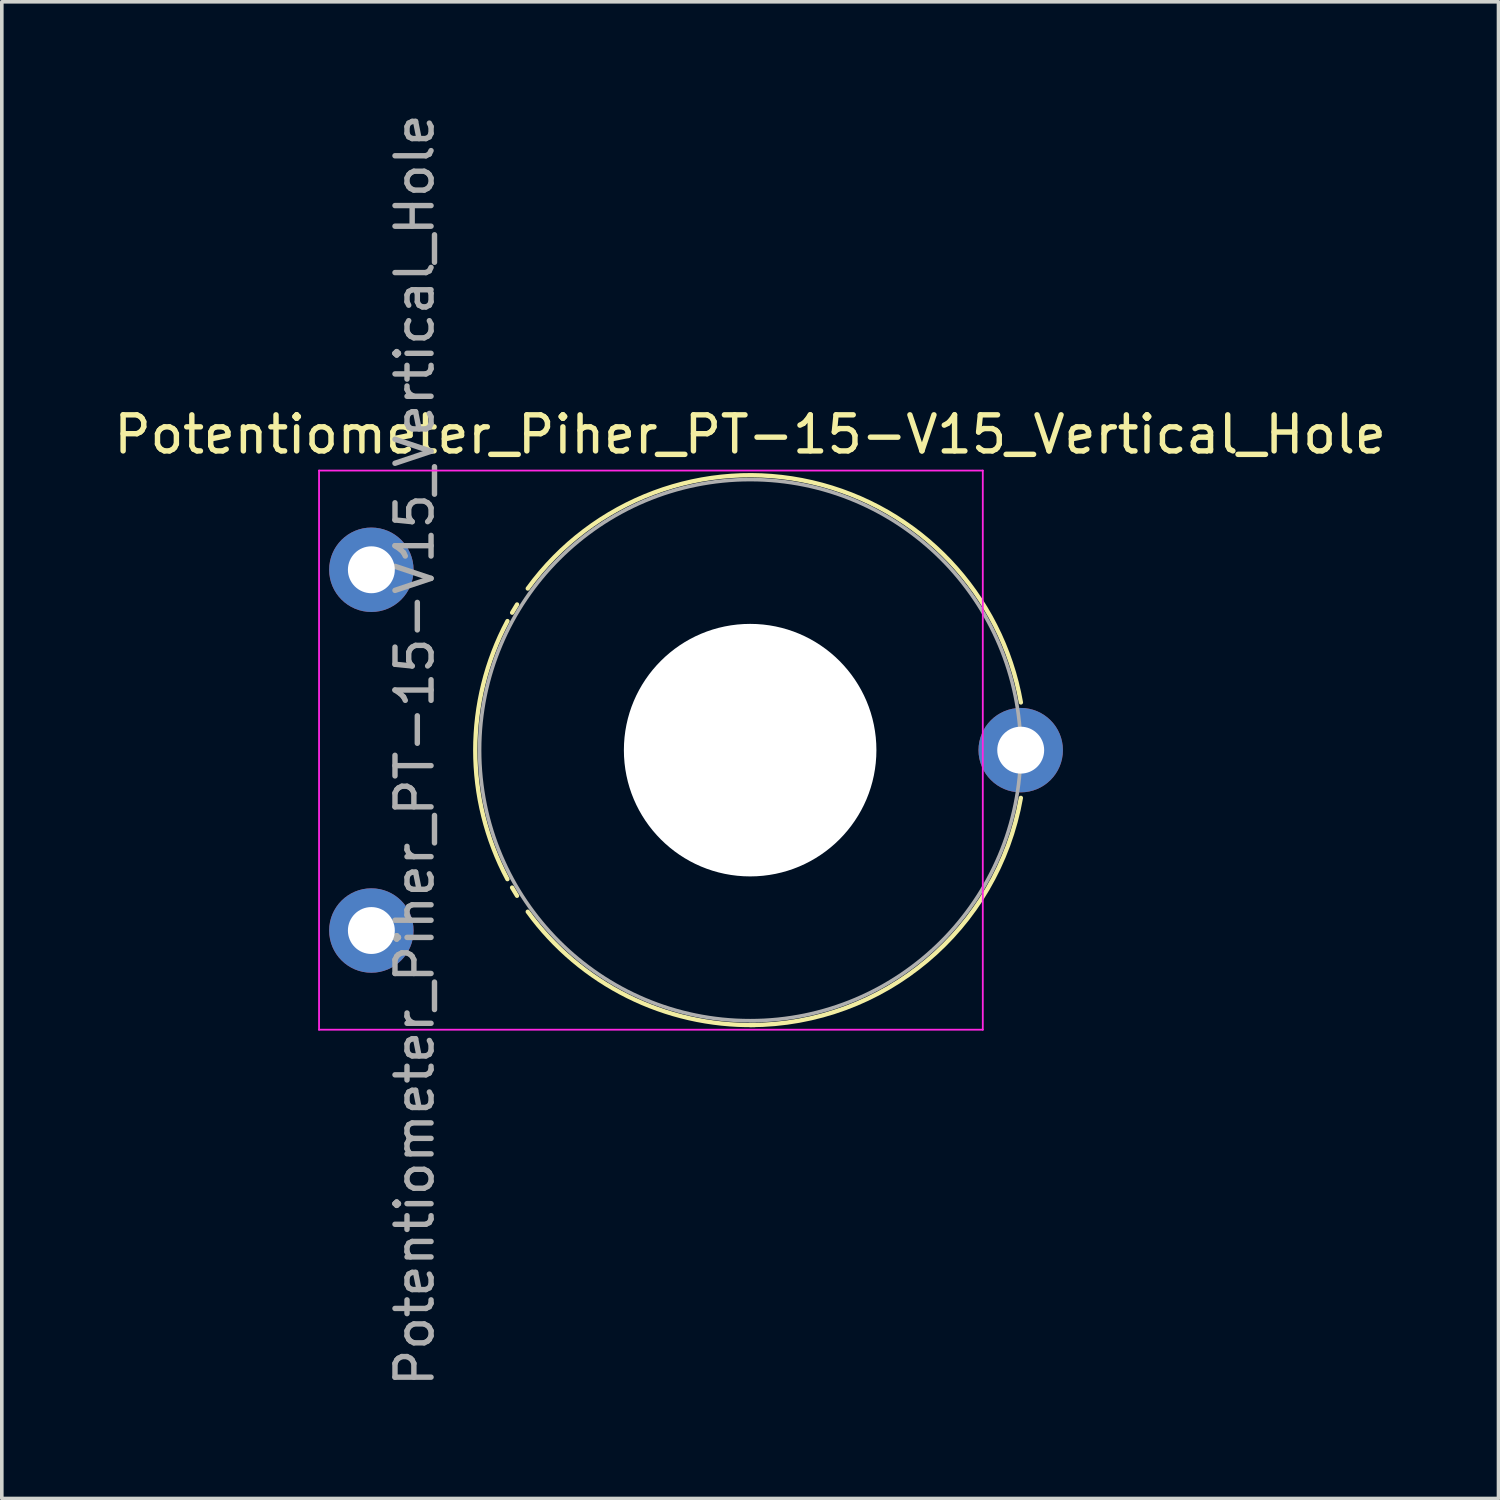
<source format=kicad_pcb>
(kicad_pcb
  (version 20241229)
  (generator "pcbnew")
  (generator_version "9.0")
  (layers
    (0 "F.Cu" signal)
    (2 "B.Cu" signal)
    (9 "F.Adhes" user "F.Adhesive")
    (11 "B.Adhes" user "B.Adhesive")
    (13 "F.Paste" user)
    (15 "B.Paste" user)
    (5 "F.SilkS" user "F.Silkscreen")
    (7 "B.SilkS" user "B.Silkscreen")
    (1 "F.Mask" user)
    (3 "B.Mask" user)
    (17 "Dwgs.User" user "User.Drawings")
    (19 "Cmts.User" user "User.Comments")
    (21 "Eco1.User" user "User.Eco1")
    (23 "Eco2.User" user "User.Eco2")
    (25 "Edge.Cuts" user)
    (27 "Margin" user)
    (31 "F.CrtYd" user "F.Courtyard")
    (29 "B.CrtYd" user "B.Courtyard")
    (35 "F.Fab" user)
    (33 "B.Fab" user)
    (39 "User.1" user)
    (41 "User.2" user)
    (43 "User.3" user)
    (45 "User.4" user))
  (footprint "Potentiometer_Piher_PT-15-V15_Vertical_Hole"
    (layer "F.Cu")
    (at 7.244 22.744)
    (property "Reference" "Potentiometer_Piher_PT-15-V15_Vertical_Hole" (at 10.5 -13.75 0) (layer "F.SilkS") (effects (font (size 1 1) (thickness 0.15))))
    (attr through_hole)
    (fp_arc (start 3.772013 -1.423856) (mid 2.880642 -5.001051) (end 3.773 -8.578) (stroke (width 0.12) (type solid)) (layer "F.SilkS"))
    (fp_arc (start 3.902012 -8.810055) (mid 3.969511 -8.924626) (end 4.039 -9.038) (stroke (width 0.12) (type solid)) (layer "F.SilkS"))
    (fp_arc (start 4.037952 -0.963019) (mid 3.968481 -1.076412) (end 3.901 -1.191) (stroke (width 0.12) (type solid)) (layer "F.SilkS"))
    (fp_arc (start 4.335622 -9.480307) (mid 12.21553 -12.424935) (end 18.005 -6.322) (stroke (width 0.12) (type solid)) (layer "F.SilkS"))
    (fp_arc (start 10.632064 2.618548) (mid 7.099288 1.818715) (end 4.335 -0.522) (stroke (width 0.12) (type solid)) (layer "F.SilkS"))
    (fp_arc (start 18.004235 -3.676801) (mid 15.398042 0.837259) (end 10.5 2.62) (stroke (width 0.12) (type solid)) (layer "F.SilkS"))
    (fp_line (start -1.45 -12.75) (end -1.45 2.75) (stroke (width 0.05) (type solid)) (layer "F.CrtYd"))
    (fp_line (start -1.45 2.75) (end 16.949 2.75) (stroke (width 0.05) (type solid)) (layer "F.CrtYd"))
    (fp_line (start 16.949 -12.75) (end -1.45 -12.75) (stroke (width 0.05) (type solid)) (layer "F.CrtYd"))
    (fp_line (start 16.949 2.75) (end 16.949 -12.75) (stroke (width 0.05) (type solid)) (layer "F.CrtYd"))
    (fp_circle (center 10.5 -5) (end 18 -5) (stroke (width 0.1) (type solid)) (fill no) (layer "F.Fab"))
    (fp_text user "${REFERENCE}" (at 1.2 -5 90) (layer "F.Fab") (effects (font (size 1 1) (thickness 0.15))))
    (pad "" np_thru_hole circle (at 10.5 -5) (size 7 7) (drill 7) (layers "*.Cu" "*.Mask"))
    (pad "1" thru_hole circle (at 0 0) (size 2.34 2.34) (drill 1.3) (layers "*.Cu" "*.Mask"))
    (pad "2" thru_hole circle (at 18 -5) (size 2.34 2.34) (drill 1.3) (layers "*.Cu" "*.Mask"))
    (pad "3" thru_hole circle (at 0 -10) (size 2.34 2.34) (drill 1.3) (layers "*.Cu" "*.Mask")))
  (gr_rect
    (start -3 -3)
    (end 38.488 38.488)
    (stroke (width 0.1) (type default))
    (fill no)
    (layer "Edge.Cuts")))
</source>
